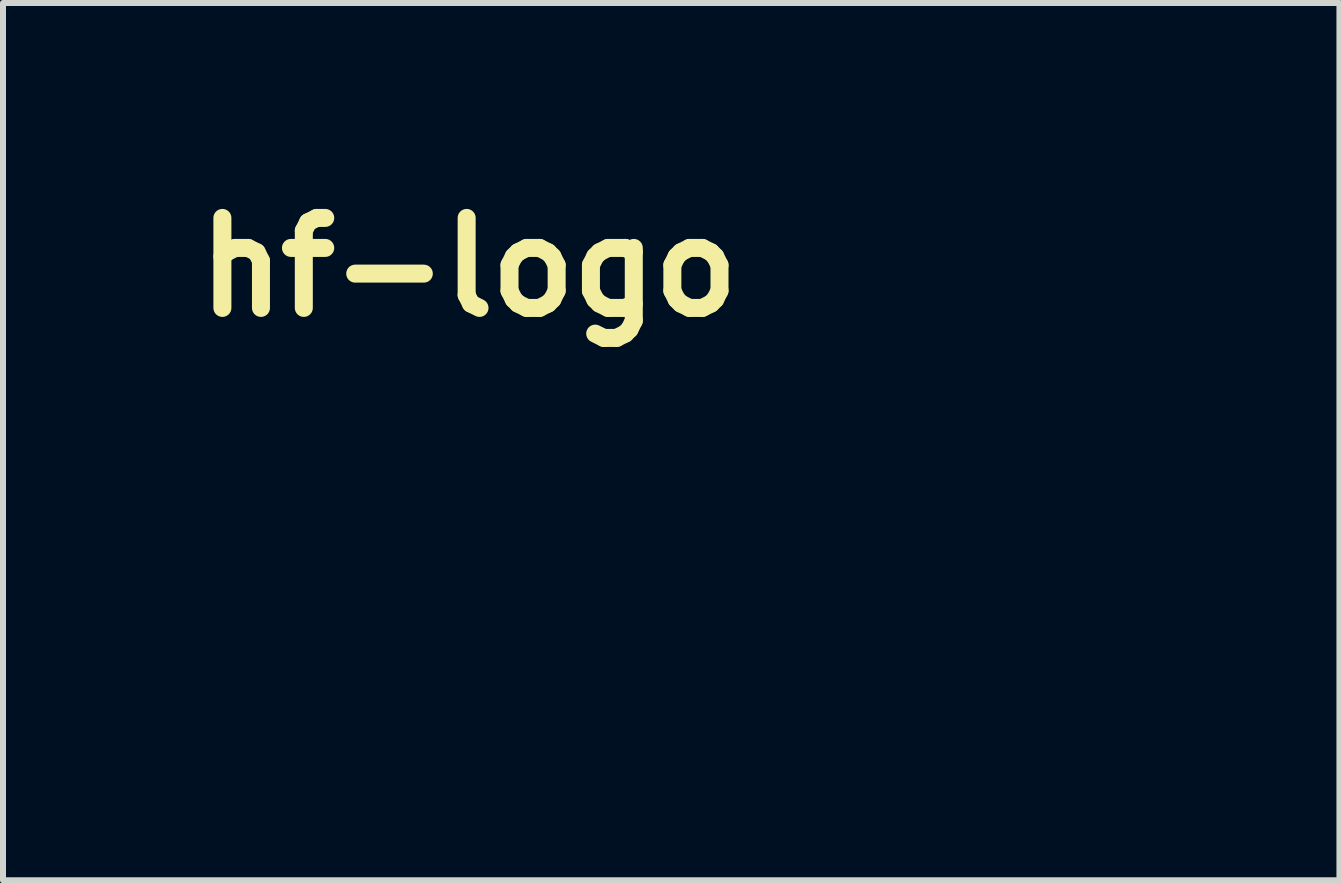
<source format=kicad_pcb>
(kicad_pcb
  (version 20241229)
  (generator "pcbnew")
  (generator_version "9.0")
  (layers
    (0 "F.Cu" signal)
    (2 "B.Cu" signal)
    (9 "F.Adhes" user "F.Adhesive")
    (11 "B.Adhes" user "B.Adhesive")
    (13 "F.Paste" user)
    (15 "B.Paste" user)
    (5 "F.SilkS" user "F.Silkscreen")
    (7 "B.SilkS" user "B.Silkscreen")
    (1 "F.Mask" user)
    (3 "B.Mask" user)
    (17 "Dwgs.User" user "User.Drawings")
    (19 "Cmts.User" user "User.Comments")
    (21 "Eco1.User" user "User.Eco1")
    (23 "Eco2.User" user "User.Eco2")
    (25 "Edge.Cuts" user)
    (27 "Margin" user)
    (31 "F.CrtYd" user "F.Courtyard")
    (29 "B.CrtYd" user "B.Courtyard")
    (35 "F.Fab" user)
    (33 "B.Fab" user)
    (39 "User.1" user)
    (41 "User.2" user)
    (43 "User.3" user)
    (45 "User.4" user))
  (footprint "hf-logo"
    (layer "F.Cu")
    (at 12.564 5.204)
    (property "Reference" "hf-logo" (at -7.8 -3.8 0) (layer "F.SilkS") (effects (font (size 1.5 1.5) (thickness 0.3))))
    (attr board_only exclude_from_pos_files exclude_from_bom)
    (fp_poly (pts (xy 2.047 -1.091) (xy 2.121 -1.05) (xy 2.181 -0.99) (xy 2.222 -0.915) (xy 2.237 -0.834) (xy 2.222 -0.753) (xy 2.182 -0.678) (xy 2.123 -0.617) (xy 2.094 -0.599) (xy 2.007 -0.567) (xy 1.921 -0.568) (xy 1.836 -0.599) (xy 1.771 -0.65) (xy 1.722 -0.72) (xy 1.696 -0.8) (xy 1.693 -0.834) (xy 1.701 -0.885) (xy 1.72 -0.943) (xy 1.73 -0.963) (xy 1.781 -1.028) (xy 1.851 -1.077) (xy 1.931 -1.103) (xy 1.965 -1.106)) (stroke (width 0) (type solid)) (fill yes) (layer "F.Mask"))
    (fp_poly (pts (xy -1.875 -1.091) (xy -1.8 -1.05) (xy -1.74 -0.99) (xy -1.699 -0.915) (xy -1.684 -0.834) (xy -1.692 -0.783) (xy -1.712 -0.725) (xy -1.721 -0.705) (xy -1.772 -0.64) (xy -1.843 -0.591) (xy -1.922 -0.565) (xy -1.956 -0.562) (xy -2.007 -0.57) (xy -2.065 -0.589) (xy -2.085 -0.599) (xy -2.15 -0.65) (xy -2.199 -0.72) (xy -2.226 -0.8) (xy -2.228 -0.834) (xy -2.221 -0.885) (xy -2.201 -0.943) (xy -2.192 -0.963) (xy -2.141 -1.028) (xy -2.07 -1.077) (xy -1.991 -1.103) (xy -1.956 -1.106)) (stroke (width 0) (type solid)) (fill yes) (layer "F.Mask"))
    (fp_poly (pts (xy 1.183 -1.524) (xy 1.282 -1.483) (xy 1.365 -1.42) (xy 1.428 -1.339) (xy 1.469 -1.243) (xy 1.486 -1.137) (xy 1.474 -1.024) (xy 1.466 -0.991) (xy 1.439 -0.933) (xy 1.393 -0.869) (xy 1.34 -0.81) (xy 1.286 -0.768) (xy 1.276 -0.761) (xy 1.242 -0.745) (xy 1.224 -0.74) (xy 1.206 -0.747) (xy 1.194 -0.754) (xy 1.171 -0.775) (xy 1.138 -0.813) (xy 1.11 -0.85) (xy 1.062 -0.91) (xy 1.021 -0.944) (xy 0.976 -0.955) (xy 0.921 -0.946) (xy 0.876 -0.931) (xy 0.82 -0.913) (xy 0.771 -0.903) (xy 0.744 -0.901) (xy 0.707 -0.922) (xy 0.678 -0.969) (xy 0.659 -1.038) (xy 0.653 -1.122) (xy 0.667 -1.241) (xy 0.708 -1.343) (xy 0.773 -1.426) (xy 0.858 -1.488) (xy 0.963 -1.526) (xy 1.071 -1.538)) (stroke (width 0) (type solid)) (fill yes) (layer "F.Mask"))
    (fp_poly (pts (xy -0.931 -1.525) (xy -0.832 -1.486) (xy -0.75 -1.419) (xy -0.684 -1.325) (xy -0.676 -1.31) (xy -0.637 -1.201) (xy -0.628 -1.093) (xy -0.65 -0.99) (xy -0.66 -0.966) (xy -0.683 -0.924) (xy -0.712 -0.902) (xy -0.751 -0.899) (xy -0.808 -0.914) (xy -0.855 -0.931) (xy -0.907 -0.948) (xy -0.953 -0.956) (xy -0.973 -0.955) (xy -0.999 -0.94) (xy -1.038 -0.906) (xy -1.084 -0.86) (xy -1.099 -0.842) (xy -1.143 -0.795) (xy -1.181 -0.759) (xy -1.207 -0.74) (xy -1.212 -0.738) (xy -1.236 -0.747) (xy -1.275 -0.77) (xy -1.303 -0.791) (xy -1.383 -0.87) (xy -1.437 -0.968) (xy -1.464 -1.077) (xy -1.466 -1.122) (xy -1.457 -1.223) (xy -1.428 -1.308) (xy -1.374 -1.388) (xy -1.362 -1.402) (xy -1.279 -1.473) (xy -1.179 -1.519) (xy -1.066 -1.538) (xy -1.048 -1.538)) (stroke (width 0) (type solid)) (fill yes) (layer "F.Mask"))
    (fp_poly (pts (xy 1.064 -0.152) (xy 1.083 -0.133) (xy 1.084 -0.131) (xy 1.097 -0.082) (xy 1.1 -0.01) (xy 1.093 0.077) (xy 1.077 0.174) (xy 1.055 0.273) (xy 1.025 0.367) (xy 1.003 0.422) (xy 0.912 0.591) (xy 0.8 0.737) (xy 0.667 0.859) (xy 0.515 0.956) (xy 0.345 1.027) (xy 0.277 1.046) (xy 0.186 1.062) (xy 0.076 1.069) (xy -0.043 1.069) (xy -0.159 1.061) (xy -0.261 1.045) (xy -0.288 1.038) (xy -0.458 0.978) (xy -0.611 0.891) (xy -0.747 0.779) (xy -0.863 0.645) (xy -0.957 0.489) (xy -1.029 0.314) (xy -1.067 0.17) (xy -1.086 0.054) (xy -1.091 -0.035) (xy -1.08 -0.099) (xy -1.066 -0.128) (xy -1.047 -0.148) (xy -1.02 -0.157) (xy -0.984 -0.156) (xy -0.933 -0.143) (xy -0.863 -0.117) (xy -0.773 -0.078) (xy -0.684 -0.037) (xy -0.508 0.041) (xy -0.35 0.1) (xy -0.205 0.14) (xy -0.069 0.16) (xy 0.066 0.162) (xy 0.203 0.143) (xy 0.348 0.106) (xy 0.506 0.049) (xy 0.683 -0.028) (xy 0.735 -0.052) (xy 0.843 -0.101) (xy 0.926 -0.135) (xy 0.989 -0.154) (xy 1.033 -0.16)) (stroke (width 0) (type solid)) (fill yes) (layer "F.Mask"))
    (fp_poly (pts (xy 0.108 -3.406) (xy 0.43 -3.379) (xy 0.743 -3.322) (xy 1.046 -3.236) (xy 1.337 -3.123) (xy 1.615 -2.984) (xy 1.877 -2.82) (xy 2.123 -2.632) (xy 2.349 -2.422) (xy 2.556 -2.191) (xy 2.74 -1.939) (xy 2.9 -1.669) (xy 3.035 -1.381) (xy 3.074 -1.282) (xy 3.144 -1.075) (xy 3.198 -0.873) (xy 3.235 -0.67) (xy 3.258 -0.456) (xy 3.267 -0.223) (xy 3.268 -0.146) (xy 3.266 0.014) (xy 3.261 0.151) (xy 3.251 0.271) (xy 3.236 0.385) (xy 3.214 0.5) (xy 3.184 0.624) (xy 3.173 0.668) (xy 3.156 0.732) (xy 3.143 0.784) (xy 3.135 0.815) (xy 3.133 0.822) (xy 3.148 0.826) (xy 3.184 0.832) (xy 3.212 0.835) (xy 3.321 0.863) (xy 3.416 0.917) (xy 3.496 0.991) (xy 3.557 1.082) (xy 3.597 1.185) (xy 3.613 1.295) (xy 3.602 1.407) (xy 3.584 1.469) (xy 3.551 1.555) (xy 3.606 1.62) (xy 3.665 1.713) (xy 3.699 1.82) (xy 3.707 1.934) (xy 3.688 2.049) (xy 3.671 2.1) (xy 3.65 2.152) (xy 3.642 2.185) (xy 3.644 2.212) (xy 3.657 2.241) (xy 3.658 2.244) (xy 3.674 2.288) (xy 3.686 2.349) (xy 3.69 2.394) (xy 3.686 2.505) (xy 3.656 2.608) (xy 3.6 2.705) (xy 3.516 2.796) (xy 3.403 2.884) (xy 3.26 2.97) (xy 3.173 3.015) (xy 2.909 3.131) (xy 2.631 3.229) (xy 2.346 3.308) (xy 2.061 3.366) (xy 1.783 3.402) (xy 1.541 3.413) (xy 1.323 3.405) (xy 1.13 3.378) (xy 0.958 3.333) (xy 0.806 3.267) (xy 0.671 3.18) (xy 0.616 3.135) (xy 0.54 3.069) (xy 0.392 3.088) (xy 0.289 3.098) (xy 0.163 3.104) (xy 0.026 3.107) (xy -0.115 3.106) (xy -0.248 3.101) (xy -0.365 3.092) (xy -0.407 3.087) (xy -0.562 3.067) (xy -0.647 3.142) (xy -0.745 3.215) (xy -0.865 3.281) (xy -0.997 3.335) (xy -1.131 3.375) (xy -1.134 3.375) (xy -1.24 3.393) (xy -1.367 3.407) (xy -1.503 3.414) (xy -1.639 3.416) (xy -1.762 3.411) (xy -1.804 3.408) (xy -2.111 3.362) (xy -2.425 3.292) (xy -2.739 3.198) (xy -3.045 3.083) (xy -3.107 3.057) (xy -3.264 2.981) (xy -3.401 2.898) (xy -3.516 2.811) (xy -3.606 2.722) (xy -3.668 2.633) (xy -3.691 2.581) (xy -3.712 2.485) (xy -3.714 2.385) (xy -3.698 2.293) (xy -3.685 2.259) (xy -3.668 2.218) (xy -3.663 2.189) (xy -3.67 2.157) (xy -3.688 2.117) (xy -3.721 2.006) (xy -3.729 1.891) (xy -3.729 1.891) (xy -3.39 1.891) (xy -3.387 1.952) (xy -3.356 2.014) (xy -3.339 2.033) (xy -3.284 2.077) (xy -3.2 2.127) (xy -3.088 2.181) (xy -2.951 2.239) (xy -2.883 2.265) (xy -2.755 2.314) (xy -2.655 2.356) (xy -2.58 2.393) (xy -2.527 2.426) (xy -2.492 2.458) (xy -2.474 2.49) (xy -2.469 2.524) (xy -2.473 2.565) (xy -2.488 2.592) (xy -2.516 2.604) (xy -2.56 2.601) (xy -2.623 2.582) (xy -2.706 2.547) (xy -2.813 2.495) (xy -2.866 2.469) (xy -2.969 2.417) (xy -3.049 2.379) (xy -3.111 2.352) (xy -3.16 2.335) (xy -3.201 2.326) (xy -3.225 2.323) (xy -3.28 2.32) (xy -3.315 2.326) (xy -3.341 2.343) (xy -3.347 2.349) (xy -3.376 2.392) (xy -3.378 2.437) (xy -3.353 2.489) (xy -3.301 2.545) (xy -3.226 2.605) (xy -3.123 2.666) (xy -2.998 2.727) (xy -2.853 2.787) (xy -2.695 2.844) (xy -2.528 2.896) (xy -2.355 2.942) (xy -2.182 2.98) (xy -2.012 3.01) (xy -1.924 3.021) (xy -1.824 3.03) (xy -1.709 3.035) (xy -1.587 3.037) (xy -1.465 3.036) (xy -1.352 3.032) (xy -1.255 3.025) (xy -1.181 3.015) (xy -1.176 3.014) (xy -1.04 2.975) (xy -0.925 2.916) (xy -0.829 2.836) (xy -0.746 2.729) (xy -0.688 2.627) (xy -0.656 2.559) (xy -0.636 2.507) (xy -0.626 2.459) (xy -0.622 2.403) (xy -0.622 2.379) (xy -0.627 2.298) (xy -0.643 2.222) (xy -0.675 2.146) (xy -0.724 2.066) (xy -0.794 1.975) (xy -0.878 1.877) (xy -1.042 1.679) (xy -1.184 1.474) (xy -1.302 1.269) (xy -1.388 1.077) (xy -1.433 0.98) (xy -1.484 0.91) (xy -1.537 0.867) (xy -1.592 0.854) (xy -1.645 0.87) (xy -1.697 0.918) (xy -1.728 0.975) (xy -1.75 1.05) (xy -1.76 1.129) (xy -1.757 1.187) (xy -1.737 1.27) (xy -1.702 1.346) (xy -1.648 1.422) (xy -1.571 1.504) (xy -1.556 1.519) (xy -1.499 1.575) (xy -1.461 1.615) (xy -1.44 1.645) (xy -1.43 1.672) (xy -1.428 1.697) (xy -1.441 1.757) (xy -1.477 1.795) (xy -1.537 1.813) (xy -1.563 1.813) (xy -1.617 1.806) (xy -1.665 1.788) (xy -1.673 1.784) (xy -1.697 1.759) (xy -1.732 1.713) (xy -1.773 1.65) (xy -1.817 1.577) (xy -1.822 1.569) (xy -1.928 1.389) (xy -2.031 1.226) (xy -2.128 1.084) (xy -2.219 0.963) (xy -2.301 0.866) (xy -2.374 0.795) (xy -2.436 0.751) (xy -2.439 0.749) (xy -2.515 0.721) (xy -2.577 0.721) (xy -2.623 0.748) (xy -2.651 0.802) (xy -2.66 0.878) (xy -2.657 0.928) (xy -2.645 0.977) (xy -2.623 1.028) (xy -2.587 1.085) (xy -2.536 1.151) (xy -2.468 1.23) (xy -2.38 1.325) (xy -2.317 1.39) (xy -2.211 1.501) (xy -2.125 1.592) (xy -2.058 1.666) (xy -2.009 1.725) (xy -1.975 1.771) (xy -1.954 1.807) (xy -1.944 1.835) (xy -1.944 1.853) (xy -1.955 1.886) (xy -1.987 1.899) (xy -1.993 1.9) (xy -2.037 1.895) (xy -2.093 1.871) (xy -2.162 1.825) (xy -2.247 1.756) (xy -2.301 1.71) (xy -2.384 1.638) (xy -2.482 1.559) (xy -2.586 1.478) (xy -2.69 1.401) (xy -2.786 1.334) (xy -2.866 1.281) (xy -2.879 1.273) (xy -2.992 1.213) (xy -3.088 1.178) (xy -3.167 1.167) (xy -3.227 1.182) (xy -3.253 1.202) (xy -3.285 1.246) (xy -3.299 1.289) (xy -3.294 1.334) (xy -3.268 1.383) (xy -3.219 1.436) (xy -3.146 1.497) (xy -3.048 1.566) (xy -2.924 1.645) (xy -2.822 1.706) (xy -2.667 1.799) (xy -2.54 1.879) (xy -2.438 1.949) (xy -2.36 2.009) (xy -2.303 2.062) (xy -2.266 2.108) (xy -2.248 2.149) (xy -2.244 2.173) (xy -2.252 2.213) (xy -2.267 2.238) (xy -2.281 2.245) (xy -2.302 2.246) (xy -2.331 2.238) (xy -2.373 2.22) (xy -2.431 2.19) (xy -2.507 2.148) (xy -2.606 2.092) (xy -2.675 2.051) (xy -2.831 1.963) (xy -2.963 1.893) (xy -3.074 1.842) (xy -3.165 1.809) (xy -3.239 1.793) (xy -3.296 1.794) (xy -3.34 1.811) (xy -3.365 1.835) (xy -3.39 1.891) (xy -3.729 1.891) (xy -3.711 1.779) (xy -3.67 1.677) (xy -3.628 1.618) (xy -3.576 1.557) (xy -3.608 1.462) (xy -3.632 1.347) (xy -3.628 1.233) (xy -3.598 1.126) (xy -3.546 1.029) (xy -3.475 0.947) (xy -3.385 0.884) (xy -3.282 0.844) (xy -3.227 0.835) (xy -3.179 0.83) (xy -3.148 0.826) (xy -3.141 0.824) (xy -3.144 0.809) (xy -3.154 0.769) (xy -3.169 0.712) (xy -3.179 0.67) (xy -3.212 0.534) (xy -3.237 0.414) (xy -3.254 0.303) (xy -3.266 0.191) (xy -3.273 0.069) (xy -3.276 -0.073) (xy -3.276 -0.138) (xy -3.275 -0.226) (xy -2.96 -0.226) (xy -2.956 0.057) (xy -2.925 0.328) (xy -2.911 0.412) (xy -2.9 0.468) (xy -2.889 0.5) (xy -2.877 0.512) (xy -2.861 0.507) (xy -2.837 0.488) (xy -2.828 0.48) (xy -2.739 0.422) (xy -2.637 0.391) (xy -2.527 0.385) (xy -2.412 0.404) (xy -2.297 0.447) (xy -2.185 0.514) (xy -2.082 0.603) (xy -2.07 0.616) (xy -1.971 0.721) (xy -1.941 0.683) (xy -1.865 0.61) (xy -1.77 0.559) (xy -1.663 0.53) (xy -1.551 0.524) (xy -1.441 0.543) (xy -1.368 0.572) (xy -1.304 0.616) (xy -1.237 0.68) (xy -1.175 0.755) (xy -1.127 0.831) (xy -1.118 0.849) (xy -1.047 1.001) (xy -0.986 1.128) (xy -0.931 1.235) (xy -0.879 1.326) (xy -0.828 1.406) (xy -0.774 1.481) (xy -0.716 1.553) (xy -0.649 1.629) (xy -0.631 1.649) (xy -0.519 1.778) (xy -0.432 1.894) (xy -0.368 2.004) (xy -0.324 2.111) (xy -0.298 2.221) (xy -0.287 2.339) (xy -0.287 2.375) (xy -0.295 2.503) (xy -0.321 2.623) (xy -0.363 2.738) (xy -0.363 2.76) (xy -0.337 2.772) (xy -0.309 2.775) (xy -0.256 2.776) (xy -0.185 2.777) (xy -0.102 2.778) (xy -0.012 2.777) (xy 0.078 2.777) (xy 0.163 2.775) (xy 0.238 2.773) (xy 0.296 2.771) (xy 0.331 2.768) (xy 0.339 2.766) (xy 0.338 2.747) (xy 0.328 2.709) (xy 0.318 2.678) (xy 0.274 2.519) (xy 0.261 2.36) (xy 0.264 2.339) (xy 0.597 2.339) (xy 0.604 2.444) (xy 0.634 2.555) (xy 0.668 2.635) (xy 0.739 2.754) (xy 0.831 2.856) (xy 0.938 2.935) (xy 1.056 2.989) (xy 1.117 3.005) (xy 1.172 3.016) (xy 1.218 3.026) (xy 1.237 3.029) (xy 1.276 3.033) (xy 1.34 3.036) (xy 1.422 3.037) (xy 1.515 3.037) (xy 1.613 3.036) (xy 1.707 3.033) (xy 1.792 3.029) (xy 1.86 3.025) (xy 1.877 3.023) (xy 2.135 2.985) (xy 2.389 2.928) (xy 2.631 2.856) (xy 2.822 2.788) (xy 2.985 2.722) (xy 3.119 2.657) (xy 3.223 2.593) (xy 3.279 2.548) (xy 3.331 2.491) (xy 3.355 2.441) (xy 3.353 2.394) (xy 3.331 2.353) (xy 3.313 2.332) (xy 3.29 2.322) (xy 3.251 2.32) (xy 3.211 2.322) (xy 3.173 2.327) (xy 3.133 2.336) (xy 3.087 2.352) (xy 3.029 2.377) (xy 2.954 2.413) (xy 2.856 2.462) (xy 2.845 2.468) (xy 2.727 2.527) (xy 2.633 2.569) (xy 2.562 2.595) (xy 2.51 2.605) (xy 2.475 2.599) (xy 2.454 2.579) (xy 2.446 2.544) (xy 2.445 2.524) (xy 2.452 2.488) (xy 2.474 2.454) (xy 2.515 2.42) (xy 2.576 2.383) (xy 2.662 2.343) (xy 2.774 2.297) (xy 2.845 2.271) (xy 3.008 2.206) (xy 3.141 2.145) (xy 3.242 2.087) (xy 3.315 2.03) (xy 3.359 1.976) (xy 3.374 1.922) (xy 3.363 1.869) (xy 3.34 1.833) (xy 3.304 1.804) (xy 3.252 1.792) (xy 3.185 1.799) (xy 3.099 1.824) (xy 2.994 1.868) (xy 2.867 1.931) (xy 2.718 2.015) (xy 2.693 2.029) (xy 2.569 2.101) (xy 2.47 2.157) (xy 2.392 2.198) (xy 2.333 2.226) (xy 2.291 2.241) (xy 2.262 2.245) (xy 2.245 2.239) (xy 2.223 2.202) (xy 2.225 2.152) (xy 2.25 2.098) (xy 2.27 2.072) (xy 2.309 2.033) (xy 2.362 1.989) (xy 2.431 1.938) (xy 2.52 1.879) (xy 2.631 1.809) (xy 2.768 1.726) (xy 2.774 1.722) (xy 2.91 1.64) (xy 3.02 1.57) (xy 3.107 1.511) (xy 3.172 1.461) (xy 3.218 1.419) (xy 3.247 1.383) (xy 3.256 1.368) (xy 3.273 1.303) (xy 3.262 1.244) (xy 3.228 1.198) (xy 3.175 1.171) (xy 3.137 1.167) (xy 3.07 1.178) (xy 2.983 1.211) (xy 2.881 1.263) (xy 2.765 1.334) (xy 2.639 1.42) (xy 2.505 1.521) (xy 2.366 1.633) (xy 2.261 1.725) (xy 2.165 1.806) (xy 2.085 1.862) (xy 2.021 1.893) (xy 1.971 1.9) (xy 1.97 1.9) (xy 1.935 1.888) (xy 1.921 1.859) (xy 1.92 1.853) (xy 1.921 1.831) (xy 1.931 1.804) (xy 1.952 1.769) (xy 1.985 1.725) (xy 2.034 1.668) (xy 2.099 1.596) (xy 2.183 1.507) (xy 2.281 1.404) (xy 2.356 1.325) (xy 2.428 1.247) (xy 2.491 1.177) (xy 2.541 1.118) (xy 2.575 1.075) (xy 2.58 1.068) (xy 2.612 1.016) (xy 2.63 0.972) (xy 2.636 0.923) (xy 2.637 0.883) (xy 2.629 0.802) (xy 2.603 0.748) (xy 2.56 0.722) (xy 2.5 0.722) (xy 2.422 0.748) (xy 2.42 0.749) (xy 2.357 0.79) (xy 2.283 0.86) (xy 2.198 0.96) (xy 2.103 1.089) (xy 1.997 1.247) (xy 1.88 1.434) (xy 1.814 1.546) (xy 1.767 1.622) (xy 1.723 1.69) (xy 1.685 1.743) (xy 1.656 1.777) (xy 1.648 1.785) (xy 1.604 1.803) (xy 1.55 1.813) (xy 1.539 1.813) (xy 1.472 1.804) (xy 1.427 1.772) (xy 1.406 1.72) (xy 1.405 1.698) (xy 1.407 1.67) (xy 1.418 1.644) (xy 1.441 1.612) (xy 1.481 1.57) (xy 1.531 1.52) (xy 1.587 1.463) (xy 1.638 1.406) (xy 1.676 1.356) (xy 1.691 1.332) (xy 1.725 1.236) (xy 1.737 1.135) (xy 1.727 1.038) (xy 1.695 0.953) (xy 1.662 0.907) (xy 1.611 0.866) (xy 1.557 0.857) (xy 1.503 0.877) (xy 1.449 0.928) (xy 1.397 1.007) (xy 1.347 1.114) (xy 1.345 1.121) (xy 1.306 1.209) (xy 1.254 1.312) (xy 1.192 1.423) (xy 1.127 1.531) (xy 1.064 1.627) (xy 1.023 1.683) (xy 0.984 1.731) (xy 0.932 1.792) (xy 0.873 1.859) (xy 0.833 1.905) (xy 0.733 2.024) (xy 0.661 2.134) (xy 0.616 2.237) (xy 0.597 2.339) (xy 0.264 2.339) (xy 0.28 2.201) (xy 0.331 2.044) (xy 0.412 1.891) (xy 0.523 1.741) (xy 0.572 1.688) (xy 0.751 1.478) (xy 0.899 1.259) (xy 1.017 1.03) (xy 1.043 0.97) (xy 1.111 0.824) (xy 1.187 0.708) (xy 1.272 0.622) (xy 1.368 0.563) (xy 1.475 0.531) (xy 1.567 0.524) (xy 1.689 0.538) (xy 1.798 0.582) (xy 1.891 0.653) (xy 1.898 0.659) (xy 1.95 0.714) (xy 2.06 0.604) (xy 2.176 0.504) (xy 2.295 0.435) (xy 2.418 0.396) (xy 2.491 0.387) (xy 2.602 0.391) (xy 2.707 0.42) (xy 2.795 0.47) (xy 2.825 0.495) (xy 2.874 0.543) (xy 2.892 0.463) (xy 2.913 0.357) (xy 2.928 0.261) (xy 2.939 0.166) (xy 2.945 0.064) (xy 2.948 -0.055) (xy 2.948 -0.162) (xy 2.947 -0.287) (xy 2.944 -0.389) (xy 2.938 -0.475) (xy 2.93 -0.553) (xy 2.918 -0.631) (xy 2.912 -0.664) (xy 2.852 -0.914) (xy 2.769 -1.166) (xy 2.665 -1.412) (xy 2.543 -1.645) (xy 2.417 -1.842) (xy 2.354 -1.924) (xy 2.273 -2.019) (xy 2.18 -2.12) (xy 2.081 -2.223) (xy 1.981 -2.322) (xy 1.886 -2.409) (xy 1.803 -2.479) (xy 1.773 -2.502) (xy 1.508 -2.676) (xy 1.233 -2.82) (xy 0.945 -2.934) (xy 0.646 -3.018) (xy 0.468 -3.053) (xy 0.353 -3.068) (xy 0.217 -3.077) (xy 0.068 -3.082) (xy -0.085 -3.082) (xy -0.234 -3.077) (xy -0.369 -3.068) (xy -0.482 -3.054) (xy -0.491 -3.052) (xy -0.8 -2.981) (xy -1.097 -2.88) (xy -1.381 -2.751) (xy -1.65 -2.594) (xy -1.74 -2.533) (xy -1.817 -2.473) (xy -1.908 -2.394) (xy -2.008 -2.301) (xy -2.11 -2.2) (xy -2.209 -2.097) (xy -2.3 -1.996) (xy -2.378 -1.905) (xy -2.425 -1.842) (xy -2.489 -1.744) (xy -2.559 -1.625) (xy -2.629 -1.493) (xy -2.696 -1.357) (xy -2.755 -1.226) (xy -2.803 -1.109) (xy -2.82 -1.058) (xy -2.892 -0.791) (xy -2.939 -0.511) (xy -2.96 -0.226) (xy -3.275 -0.226) (xy -3.274 -0.302) (xy -3.269 -0.443) (xy -3.258 -0.571) (xy -3.24 -0.693) (xy -3.215 -0.82) (xy -3.181 -0.959) (xy -3.174 -0.988) (xy -3.079 -1.288) (xy -2.957 -1.574) (xy -2.809 -1.844) (xy -2.637 -2.097) (xy -2.443 -2.331) (xy -2.228 -2.546) (xy -1.995 -2.74) (xy -1.744 -2.912) (xy -1.478 -3.061) (xy -1.199 -3.185) (xy -0.908 -3.283) (xy -0.607 -3.353) (xy -0.297 -3.396) (xy 0.019 -3.408)) (stroke (width 0) (type solid)) (fill yes) (layer "F.Mask"))
    (fp_poly (pts (xy 2.052 -1.089) (xy 2.126 -1.049) (xy 2.186 -0.988) (xy 2.227 -0.914) (xy 2.242 -0.832) (xy 2.227 -0.752) (xy 2.187 -0.676) (xy 2.128 -0.616) (xy 2.099 -0.597) (xy 2.012 -0.566) (xy 1.927 -0.566) (xy 1.841 -0.597) (xy 1.776 -0.648) (xy 1.727 -0.718) (xy 1.701 -0.798) (xy 1.698 -0.832) (xy 1.706 -0.883) (xy 1.725 -0.941) (xy 1.735 -0.961) (xy 1.786 -1.026) (xy 1.856 -1.075) (xy 1.936 -1.102) (xy 1.97 -1.104)) (stroke (width 0) (type solid)) (fill yes) (layer "F.Paste"))
    (fp_poly (pts (xy -1.87 -1.089) (xy -1.795 -1.049) (xy -1.735 -0.988) (xy -1.694 -0.914) (xy -1.679 -0.832) (xy -1.687 -0.781) (xy -1.707 -0.724) (xy -1.716 -0.704) (xy -1.767 -0.638) (xy -1.838 -0.589) (xy -1.917 -0.563) (xy -1.951 -0.56) (xy -2.002 -0.568) (xy -2.06 -0.588) (xy -2.08 -0.597) (xy -2.145 -0.648) (xy -2.194 -0.718) (xy -2.221 -0.798) (xy -2.223 -0.832) (xy -2.216 -0.883) (xy -2.196 -0.941) (xy -2.187 -0.961) (xy -2.136 -1.026) (xy -2.065 -1.075) (xy -1.986 -1.102) (xy -1.951 -1.104)) (stroke (width 0) (type solid)) (fill yes) (layer "F.Paste"))
    (fp_poly (pts (xy 1.188 -1.522) (xy 1.287 -1.482) (xy 1.37 -1.419) (xy 1.433 -1.337) (xy 1.474 -1.242) (xy 1.491 -1.135) (xy 1.479 -1.022) (xy 1.471 -0.989) (xy 1.444 -0.931) (xy 1.398 -0.867) (xy 1.345 -0.809) (xy 1.291 -0.766) (xy 1.281 -0.76) (xy 1.247 -0.743) (xy 1.229 -0.739) (xy 1.211 -0.746) (xy 1.199 -0.753) (xy 1.176 -0.773) (xy 1.143 -0.812) (xy 1.115 -0.849) (xy 1.067 -0.908) (xy 1.026 -0.942) (xy 0.981 -0.953) (xy 0.926 -0.944) (xy 0.882 -0.93) (xy 0.825 -0.912) (xy 0.776 -0.901) (xy 0.749 -0.899) (xy 0.712 -0.92) (xy 0.683 -0.967) (xy 0.664 -1.036) (xy 0.658 -1.12) (xy 0.672 -1.239) (xy 0.713 -1.341) (xy 0.778 -1.425) (xy 0.863 -1.487) (xy 0.968 -1.525) (xy 1.076 -1.536)) (stroke (width 0) (type solid)) (fill yes) (layer "F.Paste"))
    (fp_poly (pts (xy -0.926 -1.523) (xy -0.827 -1.484) (xy -0.745 -1.417) (xy -0.679 -1.323) (xy -0.671 -1.308) (xy -0.632 -1.199) (xy -0.623 -1.091) (xy -0.645 -0.988) (xy -0.655 -0.964) (xy -0.678 -0.922) (xy -0.707 -0.901) (xy -0.746 -0.897) (xy -0.803 -0.912) (xy -0.849 -0.929) (xy -0.902 -0.946) (xy -0.948 -0.954) (xy -0.968 -0.954) (xy -0.994 -0.938) (xy -1.033 -0.904) (xy -1.079 -0.858) (xy -1.094 -0.841) (xy -1.138 -0.793) (xy -1.176 -0.757) (xy -1.202 -0.738) (xy -1.207 -0.736) (xy -1.231 -0.745) (xy -1.27 -0.769) (xy -1.298 -0.789) (xy -1.378 -0.869) (xy -1.432 -0.966) (xy -1.459 -1.075) (xy -1.461 -1.12) (xy -1.452 -1.222) (xy -1.423 -1.307) (xy -1.369 -1.386) (xy -1.357 -1.4) (xy -1.274 -1.471) (xy -1.174 -1.517) (xy -1.061 -1.536) (xy -1.043 -1.536)) (stroke (width 0) (type solid)) (fill yes) (layer "F.Paste"))
    (fp_poly (pts (xy 1.069 -0.151) (xy 1.088 -0.131) (xy 1.089 -0.129) (xy 1.102 -0.08) (xy 1.105 -0.009) (xy 1.098 0.079) (xy 1.082 0.176) (xy 1.06 0.275) (xy 1.03 0.369) (xy 1.008 0.424) (xy 0.917 0.593) (xy 0.805 0.739) (xy 0.672 0.861) (xy 0.52 0.958) (xy 0.35 1.028) (xy 0.282 1.048) (xy 0.191 1.064) (xy 0.081 1.071) (xy -0.038 1.071) (xy -0.154 1.062) (xy -0.256 1.046) (xy -0.283 1.04) (xy -0.453 0.98) (xy -0.606 0.893) (xy -0.742 0.781) (xy -0.858 0.646) (xy -0.952 0.491) (xy -1.024 0.316) (xy -1.062 0.172) (xy -1.081 0.056) (xy -1.086 -0.033) (xy -1.075 -0.097) (xy -1.061 -0.126) (xy -1.042 -0.146) (xy -1.015 -0.156) (xy -0.979 -0.154) (xy -0.928 -0.141) (xy -0.858 -0.115) (xy -0.768 -0.076) (xy -0.679 -0.035) (xy -0.503 0.043) (xy -0.345 0.102) (xy -0.2 0.141) (xy -0.063 0.162) (xy 0.071 0.163) (xy 0.208 0.145) (xy 0.353 0.108) (xy 0.511 0.051) (xy 0.688 -0.026) (xy 0.74 -0.05) (xy 0.848 -0.099) (xy 0.931 -0.133) (xy 0.994 -0.152) (xy 1.038 -0.158)) (stroke (width 0) (type solid)) (fill yes) (layer "F.Paste"))
    (fp_poly (pts (xy 0.113 -3.404) (xy 0.435 -3.377) (xy 0.748 -3.32) (xy 1.051 -3.234) (xy 1.342 -3.122) (xy 1.62 -2.982) (xy 1.882 -2.818) (xy 2.128 -2.631) (xy 2.354 -2.421) (xy 2.561 -2.189) (xy 2.745 -1.937) (xy 2.905 -1.667) (xy 3.04 -1.379) (xy 3.079 -1.28) (xy 3.149 -1.073) (xy 3.203 -0.872) (xy 3.24 -0.668) (xy 3.263 -0.454) (xy 3.272 -0.221) (xy 3.273 -0.144) (xy 3.271 0.016) (xy 3.266 0.152) (xy 3.256 0.273) (xy 3.241 0.387) (xy 3.219 0.502) (xy 3.189 0.626) (xy 3.178 0.67) (xy 3.161 0.734) (xy 3.148 0.785) (xy 3.14 0.817) (xy 3.138 0.823) (xy 3.153 0.828) (xy 3.189 0.834) (xy 3.217 0.837) (xy 3.326 0.865) (xy 3.422 0.919) (xy 3.501 0.993) (xy 3.562 1.084) (xy 3.602 1.187) (xy 3.618 1.297) (xy 3.607 1.409) (xy 3.589 1.471) (xy 3.556 1.557) (xy 3.611 1.622) (xy 3.67 1.715) (xy 3.704 1.822) (xy 3.712 1.936) (xy 3.693 2.051) (xy 3.676 2.101) (xy 3.655 2.153) (xy 3.647 2.187) (xy 3.649 2.213) (xy 3.662 2.243) (xy 3.663 2.245) (xy 3.679 2.29) (xy 3.691 2.351) (xy 3.696 2.395) (xy 3.691 2.507) (xy 3.661 2.61) (xy 3.605 2.707) (xy 3.521 2.798) (xy 3.408 2.886) (xy 3.265 2.972) (xy 3.178 3.016) (xy 2.914 3.132) (xy 2.636 3.231) (xy 2.351 3.31) (xy 2.066 3.368) (xy 1.788 3.403) (xy 1.546 3.415) (xy 1.328 3.407) (xy 1.135 3.38) (xy 0.963 3.334) (xy 0.811 3.268) (xy 0.676 3.182) (xy 0.621 3.137) (xy 0.545 3.07) (xy 0.397 3.09) (xy 0.294 3.1) (xy 0.169 3.106) (xy 0.031 3.108) (xy -0.11 3.107) (xy -0.243 3.102) (xy -0.36 3.094) (xy -0.402 3.089) (xy -0.557 3.069) (xy -0.642 3.144) (xy -0.74 3.216) (xy -0.86 3.282) (xy -0.992 3.337) (xy -1.126 3.376) (xy -1.129 3.377) (xy -1.235 3.395) (xy -1.362 3.408) (xy -1.498 3.416) (xy -1.634 3.418) (xy -1.757 3.413) (xy -1.799 3.409) (xy -2.106 3.364) (xy -2.42 3.293) (xy -2.734 3.199) (xy -3.04 3.085) (xy -3.102 3.059) (xy -3.259 2.983) (xy -3.396 2.9) (xy -3.511 2.813) (xy -3.601 2.724) (xy -3.663 2.634) (xy -3.686 2.583) (xy -3.707 2.487) (xy -3.709 2.387) (xy -3.693 2.294) (xy -3.68 2.261) (xy -3.663 2.219) (xy -3.658 2.19) (xy -3.665 2.159) (xy -3.682 2.119) (xy -3.716 2.008) (xy -3.724 1.893) (xy -3.724 1.892) (xy -3.385 1.892) (xy -3.382 1.954) (xy -3.351 2.015) (xy -3.334 2.034) (xy -3.279 2.079) (xy -3.195 2.129) (xy -3.083 2.183) (xy -2.946 2.24) (xy -2.878 2.266) (xy -2.75 2.316) (xy -2.65 2.358) (xy -2.575 2.395) (xy -2.522 2.428) (xy -2.487 2.46) (xy -2.469 2.492) (xy -2.464 2.526) (xy -2.468 2.567) (xy -2.483 2.594) (xy -2.511 2.606) (xy -2.555 2.603) (xy -2.618 2.584) (xy -2.701 2.549) (xy -2.808 2.497) (xy -2.861 2.47) (xy -2.964 2.418) (xy -3.044 2.38) (xy -3.106 2.354) (xy -3.155 2.337) (xy -3.196 2.327) (xy -3.22 2.324) (xy -3.275 2.322) (xy -3.31 2.328) (xy -3.336 2.345) (xy -3.342 2.351) (xy -3.371 2.394) (xy -3.373 2.439) (xy -3.347 2.49) (xy -3.296 2.547) (xy -3.221 2.607) (xy -3.118 2.668) (xy -2.993 2.729) (xy -2.848 2.789) (xy -2.69 2.845) (xy -2.523 2.897) (xy -2.35 2.944) (xy -2.176 2.982) (xy -2.007 3.012) (xy -1.919 3.023) (xy -1.819 3.032) (xy -1.704 3.037) (xy -1.582 3.039) (xy -1.46 3.038) (xy -1.347 3.034) (xy -1.249 3.027) (xy -1.176 3.017) (xy -1.171 3.016) (xy -1.035 2.976) (xy -0.92 2.918) (xy -0.824 2.837) (xy -0.741 2.731) (xy -0.683 2.629) (xy -0.651 2.561) (xy -0.631 2.508) (xy -0.621 2.46) (xy -0.617 2.405) (xy -0.617 2.381) (xy -0.621 2.3) (xy -0.638 2.224) (xy -0.67 2.148) (xy -0.719 2.067) (xy -0.789 1.976) (xy -0.873 1.878) (xy -1.037 1.681) (xy -1.179 1.476) (xy -1.297 1.271) (xy -1.383 1.078) (xy -1.428 0.981) (xy -1.479 0.911) (xy -1.532 0.869) (xy -1.587 0.856) (xy -1.64 0.872) (xy -1.692 0.919) (xy -1.723 0.977) (xy -1.745 1.052) (xy -1.755 1.131) (xy -1.752 1.189) (xy -1.732 1.272) (xy -1.697 1.348) (xy -1.643 1.424) (xy -1.566 1.506) (xy -1.551 1.521) (xy -1.494 1.577) (xy -1.456 1.617) (xy -1.435 1.647) (xy -1.425 1.674) (xy -1.423 1.699) (xy -1.436 1.758) (xy -1.472 1.797) (xy -1.532 1.814) (xy -1.558 1.815) (xy -1.612 1.807) (xy -1.66 1.79) (xy -1.668 1.786) (xy -1.692 1.761) (xy -1.727 1.714) (xy -1.768 1.652) (xy -1.812 1.579) (xy -1.817 1.571) (xy -1.923 1.391) (xy -2.026 1.228) (xy -2.123 1.086) (xy -2.214 0.965) (xy -2.296 0.868) (xy -2.369 0.797) (xy -2.431 0.753) (xy -2.434 0.751) (xy -2.51 0.723) (xy -2.572 0.723) (xy -2.618 0.75) (xy -2.646 0.803) (xy -2.655 0.879) (xy -2.652 0.929) (xy -2.64 0.978) (xy -2.618 1.03) (xy -2.582 1.087) (xy -2.531 1.153) (xy -2.463 1.232) (xy -2.375 1.327) (xy -2.312 1.392) (xy -2.206 1.503) (xy -2.12 1.594) (xy -2.053 1.668) (xy -2.004 1.727) (xy -1.97 1.773) (xy -1.949 1.809) (xy -1.939 1.837) (xy -1.939 1.855) (xy -1.95 1.888) (xy -1.982 1.901) (xy -1.988 1.902) (xy -2.032 1.897) (xy -2.088 1.872) (xy -2.157 1.826) (xy -2.242 1.758) (xy -2.295 1.711) (xy -2.379 1.64) (xy -2.477 1.561) (xy -2.581 1.48) (xy -2.685 1.403) (xy -2.78 1.336) (xy -2.861 1.283) (xy -2.874 1.275) (xy -2.987 1.215) (xy -3.083 1.179) (xy -3.162 1.169) (xy -3.222 1.184) (xy -3.248 1.204) (xy -3.28 1.247) (xy -3.294 1.291) (xy -3.289 1.336) (xy -3.263 1.385) (xy -3.214 1.438) (xy -3.141 1.499) (xy -3.043 1.568) (xy -2.919 1.647) (xy -2.817 1.708) (xy -2.662 1.801) (xy -2.535 1.881) (xy -2.433 1.951) (xy -2.355 2.011) (xy -2.298 2.064) (xy -2.261 2.11) (xy -2.243 2.151) (xy -2.239 2.175) (xy -2.247 2.215) (xy -2.262 2.24) (xy -2.276 2.247) (xy -2.297 2.247) (xy -2.326 2.239) (xy -2.368 2.221) (xy -2.426 2.192) (xy -2.502 2.15) (xy -2.601 2.093) (xy -2.67 2.053) (xy -2.826 1.964) (xy -2.958 1.895) (xy -3.069 1.844) (xy -3.16 1.811) (xy -3.233 1.795) (xy -3.291 1.796) (xy -3.335 1.813) (xy -3.36 1.837) (xy -3.385 1.892) (xy -3.724 1.892) (xy -3.706 1.781) (xy -3.664 1.679) (xy -3.623 1.62) (xy -3.571 1.559) (xy -3.603 1.464) (xy -3.627 1.349) (xy -3.623 1.235) (xy -3.593 1.128) (xy -3.541 1.031) (xy -3.469 0.948) (xy -3.38 0.885) (xy -3.277 0.846) (xy -3.222 0.837) (xy -3.174 0.831) (xy -3.143 0.827) (xy -3.136 0.826) (xy -3.139 0.81) (xy -3.149 0.771) (xy -3.164 0.714) (xy -3.174 0.672) (xy -3.207 0.535) (xy -3.232 0.416) (xy -3.249 0.305) (xy -3.261 0.193) (xy -3.268 0.07) (xy -3.271 -0.071) (xy -3.271 -0.136) (xy -3.27 -0.224) (xy -2.955 -0.224) (xy -2.951 0.058) (xy -2.92 0.33) (xy -2.906 0.414) (xy -2.895 0.47) (xy -2.884 0.502) (xy -2.872 0.514) (xy -2.856 0.508) (xy -2.832 0.49) (xy -2.823 0.482) (xy -2.734 0.424) (xy -2.632 0.393) (xy -2.522 0.387) (xy -2.407 0.406) (xy -2.292 0.449) (xy -2.18 0.515) (xy -2.077 0.605) (xy -2.065 0.617) (xy -1.966 0.723) (xy -1.936 0.685) (xy -1.86 0.612) (xy -1.765 0.561) (xy -1.658 0.532) (xy -1.546 0.526) (xy -1.436 0.545) (xy -1.363 0.574) (xy -1.299 0.618) (xy -1.232 0.682) (xy -1.17 0.757) (xy -1.122 0.833) (xy -1.113 0.851) (xy -1.042 1.003) (xy -0.981 1.13) (xy -0.926 1.237) (xy -0.874 1.328) (xy -0.823 1.408) (xy -0.769 1.482) (xy -0.71 1.555) (xy -0.644 1.631) (xy -0.626 1.651) (xy -0.514 1.779) (xy -0.427 1.896) (xy -0.363 2.006) (xy -0.319 2.113) (xy -0.293 2.223) (xy -0.282 2.341) (xy -0.282 2.377) (xy -0.29 2.505) (xy -0.316 2.625) (xy -0.358 2.74) (xy -0.358 2.762) (xy -0.332 2.774) (xy -0.304 2.776) (xy -0.251 2.778) (xy -0.18 2.779) (xy -0.097 2.779) (xy -0.007 2.779) (xy 0.083 2.778) (xy 0.168 2.777) (xy 0.243 2.775) (xy 0.301 2.773) (xy 0.336 2.77) (xy 0.344 2.768) (xy 0.343 2.749) (xy 0.333 2.711) (xy 0.323 2.68) (xy 0.279 2.521) (xy 0.266 2.362) (xy 0.269 2.341) (xy 0.603 2.341) (xy 0.609 2.446) (xy 0.639 2.557) (xy 0.673 2.637) (xy 0.744 2.756) (xy 0.836 2.857) (xy 0.943 2.937) (xy 1.061 2.991) (xy 1.122 3.007) (xy 1.177 3.018) (xy 1.223 3.027) (xy 1.242 3.031) (xy 1.281 3.035) (xy 1.345 3.038) (xy 1.427 3.039) (xy 1.52 3.039) (xy 1.618 3.037) (xy 1.712 3.035) (xy 1.797 3.031) (xy 1.865 3.026) (xy 1.882 3.025) (xy 2.14 2.987) (xy 2.394 2.929) (xy 2.636 2.857) (xy 2.827 2.79) (xy 2.99 2.723) (xy 3.124 2.658) (xy 3.228 2.595) (xy 3.284 2.549) (xy 3.336 2.492) (xy 3.361 2.443) (xy 3.358 2.396) (xy 3.336 2.355) (xy 3.318 2.334) (xy 3.295 2.323) (xy 3.256 2.322) (xy 3.216 2.324) (xy 3.178 2.329) (xy 3.138 2.338) (xy 3.092 2.354) (xy 3.034 2.379) (xy 2.959 2.415) (xy 2.861 2.464) (xy 2.85 2.47) (xy 2.732 2.528) (xy 2.638 2.571) (xy 2.567 2.596) (xy 2.515 2.606) (xy 2.48 2.601) (xy 2.459 2.581) (xy 2.451 2.545) (xy 2.45 2.526) (xy 2.457 2.49) (xy 2.479 2.456) (xy 2.52 2.421) (xy 2.582 2.385) (xy 2.667 2.345) (xy 2.779 2.299) (xy 2.85 2.272) (xy 3.013 2.208) (xy 3.146 2.147) (xy 3.247 2.088) (xy 3.32 2.032) (xy 3.364 1.978) (xy 3.379 1.924) (xy 3.368 1.87) (xy 3.345 1.835) (xy 3.309 1.806) (xy 3.257 1.794) (xy 3.19 1.801) (xy 3.104 1.826) (xy 2.999 1.87) (xy 2.872 1.933) (xy 2.723 2.017) (xy 2.698 2.031) (xy 2.574 2.103) (xy 2.475 2.159) (xy 2.397 2.2) (xy 2.338 2.227) (xy 2.296 2.242) (xy 2.267 2.246) (xy 2.25 2.24) (xy 2.228 2.204) (xy 2.23 2.154) (xy 2.255 2.1) (xy 2.275 2.074) (xy 2.314 2.034) (xy 2.367 1.99) (xy 2.436 1.94) (xy 2.525 1.881) (xy 2.636 1.811) (xy 2.773 1.728) (xy 2.779 1.724) (xy 2.915 1.641) (xy 3.025 1.571) (xy 3.112 1.513) (xy 3.177 1.463) (xy 3.223 1.421) (xy 3.252 1.385) (xy 3.261 1.37) (xy 3.278 1.305) (xy 3.267 1.246) (xy 3.233 1.2) (xy 3.18 1.173) (xy 3.142 1.168) (xy 3.075 1.18) (xy 2.988 1.213) (xy 2.886 1.265) (xy 2.77 1.335) (xy 2.644 1.422) (xy 2.51 1.522) (xy 2.371 1.635) (xy 2.266 1.727) (xy 2.17 1.808) (xy 2.09 1.863) (xy 2.026 1.894) (xy 1.976 1.902) (xy 1.975 1.902) (xy 1.94 1.89) (xy 1.926 1.861) (xy 1.925 1.855) (xy 1.926 1.833) (xy 1.936 1.806) (xy 1.957 1.771) (xy 1.99 1.727) (xy 2.039 1.67) (xy 2.104 1.598) (xy 2.188 1.508) (xy 2.286 1.406) (xy 2.361 1.327) (xy 2.433 1.249) (xy 2.496 1.178) (xy 2.546 1.119) (xy 2.58 1.077) (xy 2.585 1.07) (xy 2.617 1.017) (xy 2.635 0.974) (xy 2.641 0.924) (xy 2.642 0.884) (xy 2.634 0.804) (xy 2.608 0.75) (xy 2.565 0.723) (xy 2.505 0.723) (xy 2.427 0.75) (xy 2.425 0.75) (xy 2.362 0.791) (xy 2.288 0.862) (xy 2.203 0.962) (xy 2.108 1.091) (xy 2.002 1.249) (xy 1.885 1.436) (xy 1.819 1.548) (xy 1.772 1.624) (xy 1.728 1.691) (xy 1.69 1.745) (xy 1.661 1.779) (xy 1.653 1.786) (xy 1.609 1.805) (xy 1.555 1.815) (xy 1.544 1.815) (xy 1.477 1.806) (xy 1.432 1.774) (xy 1.411 1.722) (xy 1.41 1.7) (xy 1.412 1.672) (xy 1.423 1.645) (xy 1.446 1.614) (xy 1.486 1.572) (xy 1.536 1.522) (xy 1.592 1.465) (xy 1.643 1.407) (xy 1.681 1.358) (xy 1.696 1.334) (xy 1.73 1.237) (xy 1.742 1.137) (xy 1.732 1.04) (xy 1.7 0.955) (xy 1.667 0.909) (xy 1.616 0.868) (xy 1.562 0.859) (xy 1.508 0.879) (xy 1.454 0.93) (xy 1.402 1.009) (xy 1.352 1.116) (xy 1.35 1.123) (xy 1.311 1.21) (xy 1.259 1.314) (xy 1.197 1.425) (xy 1.132 1.533) (xy 1.069 1.629) (xy 1.028 1.685) (xy 0.989 1.732) (xy 0.937 1.794) (xy 0.878 1.861) (xy 0.838 1.906) (xy 0.738 2.026) (xy 0.666 2.135) (xy 0.621 2.239) (xy 0.603 2.341) (xy 0.269 2.341) (xy 0.286 2.203) (xy 0.336 2.046) (xy 0.417 1.892) (xy 0.528 1.743) (xy 0.577 1.689) (xy 0.756 1.48) (xy 0.904 1.261) (xy 1.022 1.032) (xy 1.048 0.972) (xy 1.116 0.826) (xy 1.192 0.71) (xy 1.277 0.624) (xy 1.373 0.565) (xy 1.48 0.533) (xy 1.572 0.525) (xy 1.694 0.54) (xy 1.803 0.583) (xy 1.896 0.655) (xy 1.903 0.661) (xy 1.955 0.715) (xy 2.065 0.606) (xy 2.181 0.506) (xy 2.3 0.437) (xy 2.423 0.398) (xy 2.496 0.388) (xy 2.607 0.393) (xy 2.712 0.422) (xy 2.8 0.471) (xy 2.83 0.497) (xy 2.879 0.545) (xy 2.897 0.464) (xy 2.918 0.359) (xy 2.933 0.263) (xy 2.944 0.168) (xy 2.95 0.066) (xy 2.953 -0.053) (xy 2.953 -0.16) (xy 2.952 -0.285) (xy 2.949 -0.387) (xy 2.943 -0.473) (xy 2.935 -0.551) (xy 2.923 -0.63) (xy 2.917 -0.663) (xy 2.858 -0.912) (xy 2.774 -1.164) (xy 2.67 -1.41) (xy 2.548 -1.643) (xy 2.422 -1.841) (xy 2.359 -1.922) (xy 2.278 -2.017) (xy 2.185 -2.119) (xy 2.086 -2.222) (xy 1.986 -2.32) (xy 1.891 -2.407) (xy 1.808 -2.477) (xy 1.778 -2.5) (xy 1.514 -2.674) (xy 1.238 -2.818) (xy 0.95 -2.932) (xy 0.651 -3.016) (xy 0.473 -3.051) (xy 0.358 -3.066) (xy 0.222 -3.076) (xy 0.073 -3.08) (xy -0.08 -3.08) (xy -0.229 -3.076) (xy -0.364 -3.066) (xy -0.477 -3.052) (xy -0.486 -3.05) (xy -0.795 -2.979) (xy -1.092 -2.878) (xy -1.376 -2.749) (xy -1.645 -2.592) (xy -1.735 -2.531) (xy -1.812 -2.472) (xy -1.903 -2.393) (xy -2.002 -2.3) (xy -2.105 -2.199) (xy -2.204 -2.095) (xy -2.295 -1.995) (xy -2.373 -1.903) (xy -2.42 -1.841) (xy -2.484 -1.742) (xy -2.554 -1.623) (xy -2.624 -1.491) (xy -2.691 -1.356) (xy -2.75 -1.225) (xy -2.798 -1.107) (xy -2.815 -1.056) (xy -2.887 -0.789) (xy -2.934 -0.509) (xy -2.955 -0.224) (xy -3.27 -0.224) (xy -3.269 -0.3) (xy -3.264 -0.441) (xy -3.253 -0.569) (xy -3.235 -0.691) (xy -3.21 -0.818) (xy -3.176 -0.957) (xy -3.169 -0.986) (xy -3.074 -1.286) (xy -2.952 -1.572) (xy -2.804 -1.842) (xy -2.632 -2.095) (xy -2.438 -2.329) (xy -2.223 -2.544) (xy -1.99 -2.738) (xy -1.739 -2.91) (xy -1.473 -3.059) (xy -1.194 -3.183) (xy -0.903 -3.281) (xy -0.602 -3.352) (xy -0.292 -3.394) (xy 0.024 -3.406)) (stroke (width 0) (type solid)) (fill yes) (layer "F.Paste")))
  (gr_rect
    (start -3 -3)
    (end 19.276 11.622)
    (stroke (width 0.1) (type default))
    (fill no)
    (layer "Edge.Cuts")))
</source>
